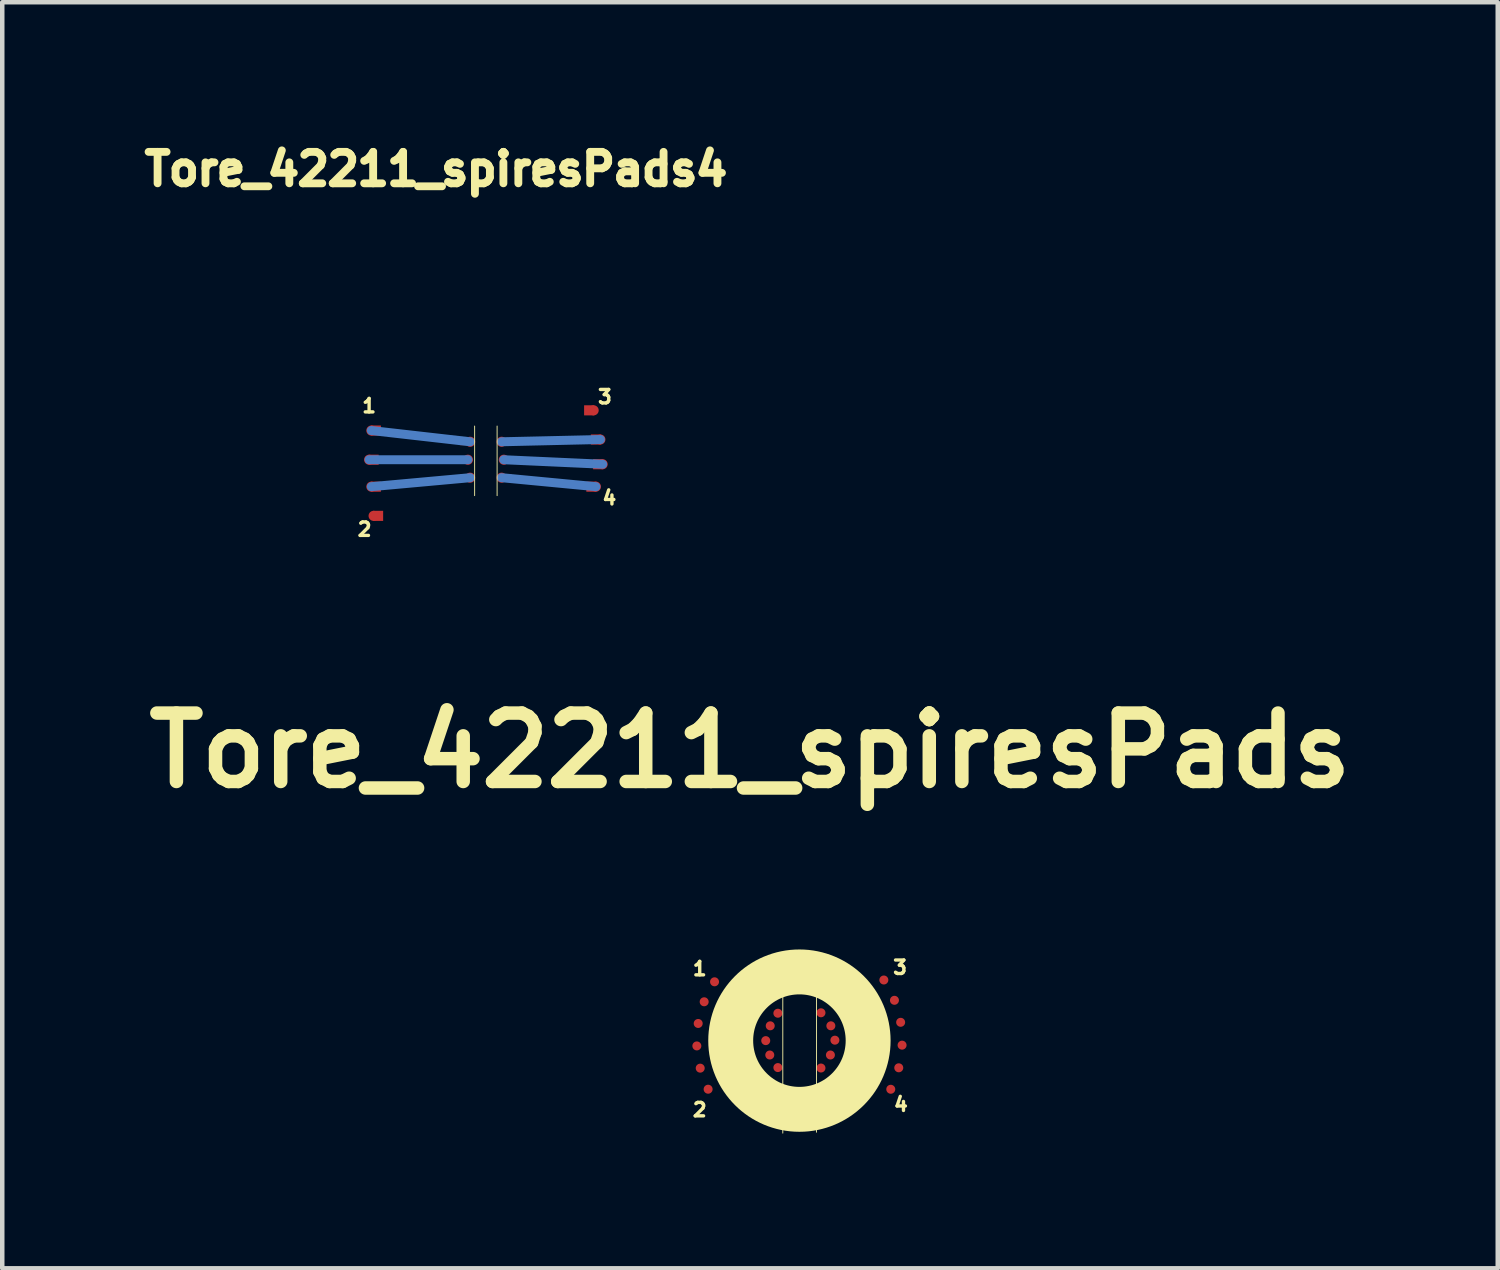
<source format=kicad_pcb>
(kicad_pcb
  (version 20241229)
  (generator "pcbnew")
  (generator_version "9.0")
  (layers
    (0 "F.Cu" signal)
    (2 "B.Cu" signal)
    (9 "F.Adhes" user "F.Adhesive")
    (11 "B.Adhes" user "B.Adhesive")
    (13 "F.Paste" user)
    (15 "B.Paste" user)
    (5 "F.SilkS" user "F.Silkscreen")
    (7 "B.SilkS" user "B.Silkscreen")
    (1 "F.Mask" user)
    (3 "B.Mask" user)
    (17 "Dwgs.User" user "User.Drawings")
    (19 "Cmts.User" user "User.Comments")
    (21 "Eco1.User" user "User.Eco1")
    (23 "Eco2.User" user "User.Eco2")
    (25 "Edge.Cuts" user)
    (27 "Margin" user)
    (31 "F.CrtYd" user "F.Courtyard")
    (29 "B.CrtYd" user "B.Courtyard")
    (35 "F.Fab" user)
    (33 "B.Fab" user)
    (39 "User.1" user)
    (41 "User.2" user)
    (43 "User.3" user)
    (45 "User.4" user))
  (footprint "Tore_42211_spiresPads4"
    (layer "F.Cu")
    (at 7.769 7.187)
    (property "Reference" "Tore_42211_spiresPads4" (at -1.11 -6.47 0) (layer "F.SilkS") (effects (font (size 0.7 0.7) (thickness 0.3))))
    (attr through_hole)
    (fp_line (start -2.6 0) (end -0.4 0) (stroke (width 0.2) (type solid)) (layer "B.Cu"))
    (fp_line (start -2.55 -0.65) (end -0.35 -0.4) (stroke (width 0.2) (type solid)) (layer "B.Cu"))
    (fp_line (start -0.35 0.4) (end -2.55 0.6) (stroke (width 0.2) (type solid)) (layer "B.Cu"))
    (fp_line (start 0.35 -0.4) (end 2.55 -0.45) (stroke (width 0.2) (type solid)) (layer "B.Cu"))
    (fp_line (start 2.45 0.6) (end 0.35 0.4) (stroke (width 0.2) (type solid)) (layer "B.Cu"))
    (fp_line (start 2.6 0.1) (end 0.4 0) (stroke (width 0.2) (type solid)) (layer "B.Cu"))
    (fp_line (start -0.25 -0.75) (end -0.25 0.8) (stroke (width 0.02) (type solid)) (layer "F.SilkS"))
    (fp_line (start 0.25 -0.75) (end 0.25 0.8) (stroke (width 0.02) (type solid)) (layer "F.SilkS"))
    (fp_circle (center 0 0) (end 1.507 0) (stroke (width 1.1) (type solid)) (fill no) (layer "Eco1.User"))
    (fp_text user "1" (at -2.6 -1.2 0) (layer "F.SilkS") (effects (font (size 0.3 0.3) (thickness 0.075))))
    (fp_text user "4" (at 2.75 0.85 0) (layer "F.SilkS") (effects (font (size 0.3 0.3) (thickness 0.075))))
    (fp_text user "3" (at 2.65 -1.4 0) (layer "F.SilkS") (effects (font (size 0.3 0.3) (thickness 0.075))))
    (fp_text user "2" (at -2.7 1.55 0) (layer "F.SilkS") (effects (font (size 0.3 0.3) (thickness 0.075))))
    (pad "" smd circle (at -2.6 0 36) (size 0.225 0.225) (layers "F.Cu" "F.Mask" "F.Paste"))
    (pad "" smd circle (at -2.55 0.6 48) (size 0.225 0.225) (layers "F.Cu" "F.Mask" "F.Paste"))
    (pad "" smd rect (at -2.5 0) (size 0.225 0.225) (layers "F.Cu" "F.Mask" "F.Paste"))
    (pad "" smd rect (at -2.45 0.6) (size 0.225 0.225) (layers "F.Cu" "F.Mask" "F.Paste"))
    (pad "" smd rect (at -0.55 0) (size 0.15 0.15) (layers "F.Cu" "F.Mask" "F.Paste"))
    (pad "" smd rect (at -0.5 -0.4) (size 0.15 0.15) (layers "F.Cu" "F.Mask" "F.Paste"))
    (pad "" smd rect (at -0.5 0.4) (size 0.15 0.15) (layers "F.Cu" "F.Mask" "F.Paste"))
    (pad "" smd circle (at -0.4 0 90) (size 0.225 0.225) (layers "F.Cu" "F.Mask" "F.Paste"))
    (pad "" smd circle (at -0.35 -0.4) (size 0.225 0.225) (layers "F.Cu" "F.Mask" "F.Paste"))
    (pad "" smd circle (at -0.35 0.4 120) (size 0.225 0.225) (layers "F.Cu" "F.Mask" "F.Paste"))
    (pad "" smd circle (at 0.35 -0.4 300) (size 0.225 0.225) (layers "F.Cu" "F.Mask" "F.Paste"))
    (pad "" smd circle (at 0.35 0.4 180) (size 0.225 0.225) (layers "F.Cu" "F.Mask" "F.Paste"))
    (pad "" smd circle (at 0.4 0 210) (size 0.225 0.225) (layers "F.Cu" "F.Mask" "F.Paste"))
    (pad "" smd rect (at 0.5 -0.4) (size 0.15 0.15) (layers "F.Cu" "F.Mask" "F.Paste"))
    (pad "" smd rect (at 0.5 0.4) (size 0.15 0.15) (layers "F.Cu" "F.Mask" "F.Paste"))
    (pad "" smd rect (at 0.55 0) (size 0.15 0.15) (layers "F.Cu" "F.Mask" "F.Paste"))
    (pad "" smd rect (at 2.45 -0.45) (size 0.225 0.225) (layers "F.Cu" "F.Mask" "F.Paste"))
    (pad "" smd rect (at 2.5 0.1) (size 0.225 0.225) (layers "F.Cu" "F.Mask" "F.Paste"))
    (pad "" smd circle (at 2.55 -0.45 288) (size 0.225 0.225) (layers "F.Cu" "F.Mask" "F.Paste"))
    (pad "" smd circle (at 2.6 0.1 252) (size 0.225 0.225) (layers "F.Cu" "F.Mask" "F.Paste"))
    (pad "1" smd circle (at -2.55 -0.65) (size 0.225 0.225) (layers "F.Cu" "F.Mask" "F.Paste"))
    (pad "1" smd rect (at -2.45 -0.65) (size 0.225 0.225) (layers "F.Cu" "F.Mask" "F.Paste"))
    (pad "2" smd circle (at -2.5 1.25 60) (size 0.225 0.225) (layers "F.Cu" "F.Mask" "F.Paste"))
    (pad "2" smd rect (at -2.4 1.25) (size 0.225 0.225) (layers "F.Cu" "F.Mask" "F.Paste"))
    (pad "3" smd rect (at 2.3 -1.1) (size 0.225 0.225) (layers "F.Cu" "F.Mask" "F.Paste"))
    (pad "3" smd circle (at 2.4 -1.1 300) (size 0.225 0.225) (layers "F.Cu" "F.Mask" "F.Paste"))
    (pad "4" smd rect (at 2.35 0.6) (size 0.225 0.225) (layers "F.Cu" "F.Mask" "F.Paste"))
    (pad "4" smd circle (at 2.45 0.6 240) (size 0.225 0.225) (layers "F.Cu" "F.Mask" "F.Paste")))
  (footprint "Tore_42211_spiresPads"
    (layer "F.Cu")
    (at 14.761 20.132)
    (property "Reference" "Tore_42211_spiresPads" (at -1.11 -6.47 0) (layer "F.SilkS") (effects (font (size 1.524 1.524) (thickness 0.3))))
    (attr through_hole)
    (fp_line (start -0.38 -1.82) (end -0.38 2.05) (stroke (width 0.02) (type solid)) (layer "F.SilkS"))
    (fp_line (start 0.37 -1.84) (end 0.37 2.03) (stroke (width 0.02) (type solid)) (layer "F.SilkS"))
    (fp_circle (center -0.01 -0.01) (end 1.52 -0.01) (stroke (width 1) (type solid)) (fill no) (layer "F.SilkS"))
    (fp_line (start -2.29 0.1) (end -0.67 0.31) (stroke (width 0.12) (type solid)) (layer "In2.Cu"))
    (fp_line (start -2.28 -0.39) (end -0.76 -0.02) (stroke (width 0.12) (type solid)) (layer "In2.Cu"))
    (fp_line (start -2.15 -0.88) (end -0.66 -0.34) (stroke (width 0.12) (type solid)) (layer "In2.Cu"))
    (fp_line (start -1.91 -1.32) (end -0.49 -0.61) (stroke (width 0.12) (type solid)) (layer "In2.Cu"))
    (fp_line (start -0.49 0.59) (end -2.24 0.61) (stroke (width 0.12) (type solid)) (layer "In2.Cu"))
    (fp_line (start 0.47 -0.63) (end 2.11 -0.91) (stroke (width 0.12) (type solid)) (layer "In2.Cu"))
    (fp_line (start 2.03 1.07) (end 0.47 0.6) (stroke (width 0.12) (type solid)) (layer "In2.Cu"))
    (fp_line (start 2.21 0.61) (end 0.68 0.31) (stroke (width 0.12) (type solid)) (layer "In2.Cu"))
    (fp_line (start 2.25 -0.42) (end 0.69 -0.34) (stroke (width 0.12) (type solid)) (layer "In2.Cu"))
    (fp_line (start 2.27 0.09) (end 0.77 -0.02) (stroke (width 0.12) (type solid)) (layer "In2.Cu"))
    (fp_poly (pts (xy 0.158 -2.031) (xy 0.3 -2.015) (xy 0.44 -1.988) (xy 0.476 -1.98) (xy 0.614 -1.941) (xy 0.747 -1.894) (xy 0.876 -1.837) (xy 1 -1.773) (xy 1.119 -1.701) (xy 1.232 -1.621) (xy 1.339 -1.534) (xy 1.44 -1.44) (xy 1.534 -1.34) (xy 1.621 -1.233) (xy 1.701 -1.121) (xy 1.773 -1.003) (xy 1.838 -0.881) (xy 1.893 -0.753) (xy 1.941 -0.621) (xy 1.979 -0.486) (xy 1.998 -0.398) (xy 2.021 -0.259) (xy 2.033 -0.12) (xy 2.036 0.019) (xy 2.028 0.159) (xy 2.011 0.3) (xy 2.003 0.346) (xy 1.973 0.484) (xy 1.934 0.618) (xy 1.886 0.749) (xy 1.828 0.876) (xy 1.762 0.999) (xy 1.688 1.117) (xy 1.605 1.23) (xy 1.514 1.338) (xy 1.416 1.439) (xy 1.311 1.534) (xy 1.199 1.622) (xy 1.125 1.673) (xy 1.004 1.747) (xy 0.879 1.813) (xy 0.75 1.869) (xy 0.617 1.917) (xy 0.481 1.955) (xy 0.343 1.984) (xy 0.203 2.004) (xy 0.063 2.013) (xy -0.018 2.014) (xy -0.05 2.014) (xy -0.079 2.013) (xy -0.105 2.012) (xy -0.125 2.012) (xy -0.135 2.011) (xy -0.28 1.997) (xy -0.422 1.973) (xy -0.561 1.939) (xy -0.697 1.896) (xy -0.829 1.843) (xy -0.957 1.782) (xy -1.081 1.712) (xy -1.2 1.633) (xy -1.313 1.546) (xy -1.421 1.451) (xy -1.46 1.412) (xy -1.559 1.307) (xy -1.649 1.195) (xy -1.73 1.079) (xy -1.803 0.957) (xy -1.867 0.831) (xy -1.922 0.7) (xy -1.968 0.566) (xy -2.004 0.427) (xy -2.031 0.285) (xy -2.041 0.214) (xy -2.045 0.173) (xy -2.047 0.124) (xy -2.049 0.069) (xy -2.05 0.012) (xy -2.05 -0.012) (xy -1.033 -0.012) (xy -1.028 0.09) (xy -1.014 0.188) (xy -0.991 0.282) (xy -0.959 0.373) (xy -0.916 0.462) (xy -0.885 0.516) (xy -0.831 0.596) (xy -0.769 0.67) (xy -0.7 0.738) (xy -0.626 0.799) (xy -0.546 0.853) (xy -0.462 0.9) (xy -0.375 0.938) (xy -0.285 0.968) (xy -0.194 0.988) (xy -0.155 0.993) (xy -0.133 0.996) (xy -0.114 0.999) (xy -0.1 1.001) (xy -0.097 1.001) (xy -0.083 1.002) (xy -0.061 1.003) (xy -0.033 1.003) (xy -0.001 1.002) (xy 0.033 1.001) (xy 0.068 0.999) (xy 0.1 0.997) (xy 0.128 0.995) (xy 0.15 0.993) (xy 0.157 0.991) (xy 0.237 0.975) (xy 0.312 0.954) (xy 0.385 0.927) (xy 0.449 0.898) (xy 0.537 0.849) (xy 0.619 0.792) (xy 0.694 0.728) (xy 0.763 0.657) (xy 0.825 0.58) (xy 0.879 0.497) (xy 0.925 0.408) (xy 0.963 0.315) (xy 0.99 0.224) (xy 1.005 0.148) (xy 1.013 0.067) (xy 1.016 -0.017) (xy 1.012 -0.101) (xy 1.002 -0.184) (xy 0.99 -0.245) (xy 0.964 -0.334) (xy 0.93 -0.422) (xy 0.886 -0.508) (xy 0.836 -0.59) (xy 0.811 -0.624) (xy 0.791 -0.649) (xy 0.764 -0.679) (xy 0.733 -0.711) (xy 0.701 -0.744) (xy 0.669 -0.774) (xy 0.639 -0.8) (xy 0.616 -0.819) (xy 0.532 -0.876) (xy 0.443 -0.925) (xy 0.35 -0.964) (xy 0.252 -0.995) (xy 0.152 -1.016) (xy 0.12 -1.02) (xy 0.08 -1.023) (xy 0.035 -1.025) (xy -0.012 -1.025) (xy -0.059 -1.025) (xy -0.103 -1.023) (xy -0.142 -1.02) (xy -0.17 -1.016) (xy -0.247 -1.001) (xy -0.317 -0.981) (xy -0.385 -0.957) (xy -0.453 -0.928) (xy -0.465 -0.922) (xy -0.553 -0.873) (xy -0.634 -0.817) (xy -0.71 -0.753) (xy -0.779 -0.683) (xy -0.841 -0.606) (xy -0.895 -0.523) (xy -0.941 -0.436) (xy -0.978 -0.344) (xy -1 -0.271) (xy -1.014 -0.213) (xy -1.024 -0.158) (xy -1.03 -0.101) (xy -1.032 -0.04) (xy -1.033 -0.012) (xy -2.05 -0.012) (xy -2.05 -0.047) (xy -2.049 -0.104) (xy -2.047 -0.158) (xy -2.044 -0.206) (xy -2.041 -0.238) (xy -2.018 -0.382) (xy -1.986 -0.523) (xy -1.945 -0.659) (xy -1.894 -0.793) (xy -1.834 -0.922) (xy -1.765 -1.047) (xy -1.736 -1.094) (xy -1.656 -1.209) (xy -1.569 -1.319) (xy -1.473 -1.423) (xy -1.37 -1.521) (xy -1.261 -1.611) (xy -1.147 -1.694) (xy -1.066 -1.745) (xy -0.94 -1.815) (xy -0.811 -1.875) (xy -0.678 -1.926) (xy -0.543 -1.968) (xy -0.405 -2) (xy -0.265 -2.022) (xy -0.125 -2.035) (xy 0.017 -2.038) (xy 0.158 -2.031)) (stroke (width 0.01) (type solid)) (fill no) (layer "Eco1.User"))
    (fp_text user "4" (at 2.25 1.41 0) (layer "F.SilkS") (effects (font (size 0.3 0.3) (thickness 0.075))))
    (fp_text user "2" (at -2.23 1.53 0) (layer "F.SilkS") (effects (font (size 0.3 0.3) (thickness 0.075))))
    (fp_text user "1" (at -2.23 -1.61 0) (layer "F.SilkS") (effects (font (size 0.3 0.3) (thickness 0.075))))
    (fp_text user "3" (at 2.23 -1.64 0) (layer "F.SilkS") (effects (font (size 0.3 0.3) (thickness 0.075))))
    (pad "" smd circle (at -2.294 0.108 36) (size 0.2 0.2) (layers "F.Cu" "F.Mask" "F.Paste"))
    (pad "" smd circle (at -2.264 -0.392 24) (size 0.2 0.2) (layers "F.Cu" "F.Mask" "F.Paste"))
    (pad "" smd circle (at -2.219 0.603 48) (size 0.2 0.2) (layers "F.Cu" "F.Mask" "F.Paste"))
    (pad "" smd circle (at -2.131 -0.875 12) (size 0.2 0.2) (layers "F.Cu" "F.Mask" "F.Paste"))
    (pad "" smd circle (at -0.76 -0.01 60) (size 0.2 0.2) (layers "F.Cu" "F.Mask" "F.Paste"))
    (pad "" smd circle (at -0.67 0.31 90) (size 0.2 0.2) (layers "F.Cu" "F.Mask" "F.Paste"))
    (pad "" smd circle (at -0.66 -0.34 30) (size 0.2 0.2) (layers "F.Cu" "F.Mask" "F.Paste"))
    (pad "" smd circle (at -0.49 -0.62) (size 0.2 0.2) (layers "F.Cu" "F.Mask" "F.Paste"))
    (pad "" smd circle (at -0.49 0.59 120) (size 0.2 0.2) (layers "F.Cu" "F.Mask" "F.Paste"))
    (pad "" smd circle (at 0.47 -0.63 300) (size 0.2 0.2) (layers "F.Cu" "F.Mask" "F.Paste"))
    (pad "" smd circle (at 0.47 0.6 180) (size 0.2 0.2) (layers "F.Cu" "F.Mask" "F.Paste"))
    (pad "" smd circle (at 0.68 0.31 210) (size 0.2 0.2) (layers "F.Cu" "F.Mask" "F.Paste"))
    (pad "" smd circle (at 0.69 -0.34 270) (size 0.2 0.2) (layers "F.Cu" "F.Mask" "F.Paste"))
    (pad "" smd circle (at 0.78 -0.02 240) (size 0.2 0.2) (layers "F.Cu" "F.Mask" "F.Paste"))
    (pad "" smd circle (at 2.106 -0.908 288) (size 0.2 0.2) (layers "F.Cu" "F.Mask" "F.Paste"))
    (pad "" smd circle (at 2.202 0.595 252) (size 0.2 0.2) (layers "F.Cu" "F.Mask" "F.Paste"))
    (pad "" smd circle (at 2.244 -0.418 276) (size 0.2 0.2) (layers "F.Cu" "F.Mask" "F.Paste"))
    (pad "" smd circle (at 2.276 0.091 264) (size 0.2 0.2) (layers "F.Cu" "F.Mask" "F.Paste"))
    (pad "1" smd circle (at -1.9 -1.32) (size 0.2 0.2) (layers "F.Cu" "F.Mask" "F.Paste"))
    (pad "2" smd circle (at -2.043 1.072 60) (size 0.2 0.2) (layers "F.Cu" "F.Mask" "F.Paste"))
    (pad "3" smd circle (at 1.87 -1.36 300) (size 0.2 0.2) (layers "F.Cu" "F.Mask" "F.Paste"))
    (pad "4" smd circle (at 2.024 1.073 240) (size 0.2 0.2) (layers "F.Cu" "F.Mask" "F.Paste")))
  (gr_rect
    (start -3 -3)
    (end 30.301 25.192)
    (stroke (width 0.1) (type default))
    (fill no)
    (layer "Edge.Cuts")))
</source>
